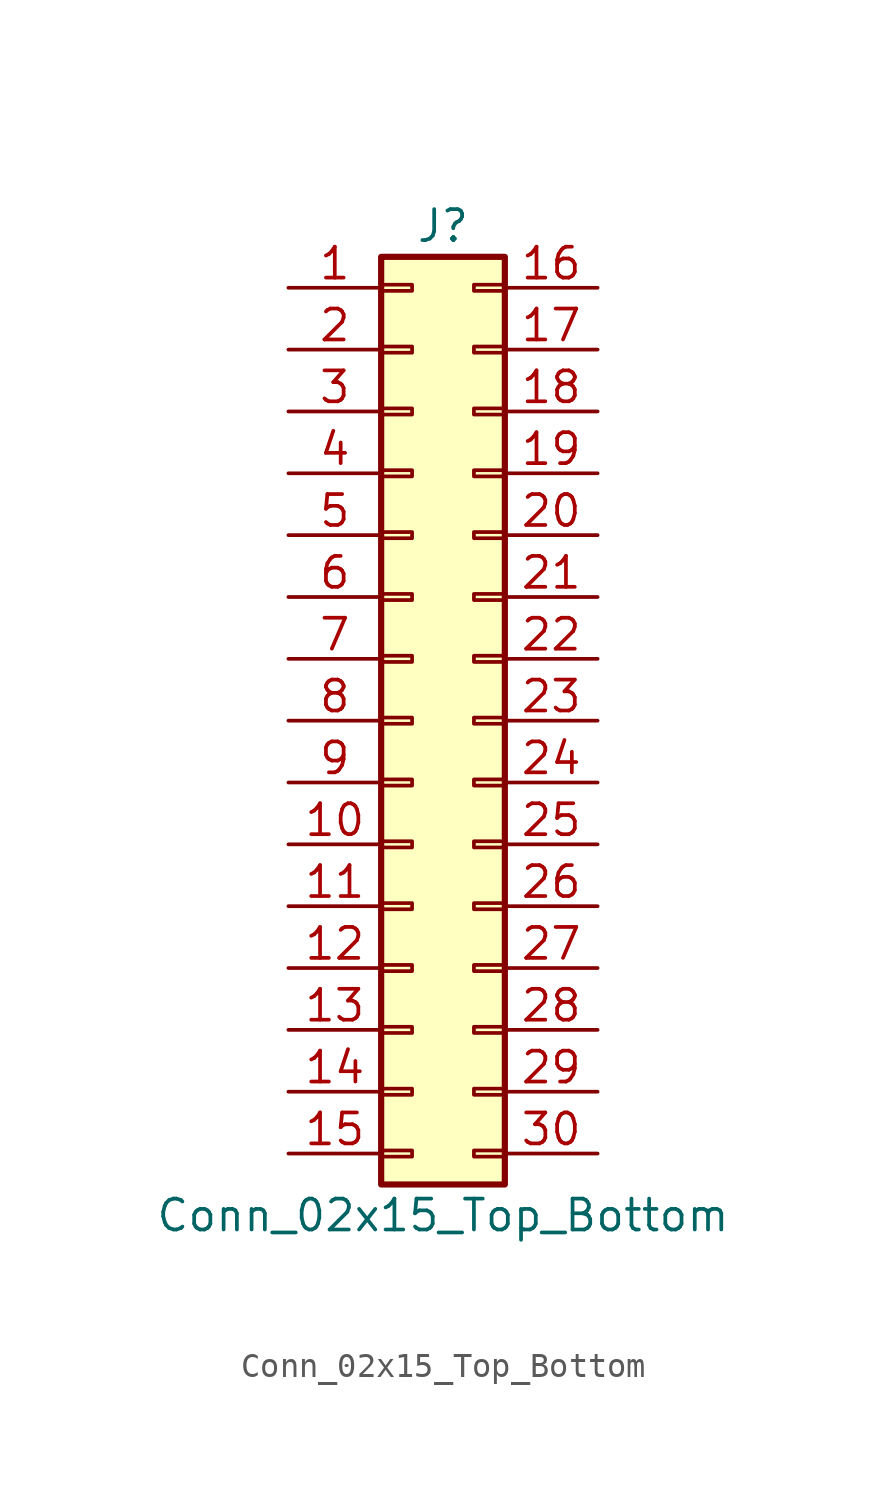
<source format=kicad_sym>
(kicad_symbol_lib
  (version 20220914)
  (generator kicad_symbol_editor)
  (symbol "Conn_02x15_Top_Bottom"
    (pin_names
      (offset 1.016) hide)
    (property "Reference" "J"
      (at 1.27 20.32 0)
      (effects (font (size 1.27 1.27))))
    (property "Value" "Conn_02x15_Top_Bottom"
      (at 1.27 -20.32 0)
      (effects (font (size 1.27 1.27))))
    (symbol "Conn_02x15_Top_Bottom_1_1"
      (rectangle (start -1.27 -17.653) (end 0 -17.907) (stroke (width 0.152) (type solid)) (fill (type none)))
      (rectangle (start -1.27 -15.113) (end 0 -15.367) (stroke (width 0.152) (type solid)) (fill (type none)))
      (rectangle (start -1.27 -12.573) (end 0 -12.827) (stroke (width 0.152) (type solid)) (fill (type none)))
      (rectangle (start -1.27 -10.033) (end 0 -10.287) (stroke (width 0.152) (type solid)) (fill (type none)))
      (rectangle (start -1.27 -7.493) (end 0 -7.747) (stroke (width 0.152) (type solid)) (fill (type none)))
      (rectangle (start -1.27 -4.953) (end 0 -5.207) (stroke (width 0.152) (type solid)) (fill (type none)))
      (rectangle (start -1.27 -2.413) (end 0 -2.667) (stroke (width 0.152) (type solid)) (fill (type none)))
      (rectangle (start -1.27 0.127) (end 0 -0.127) (stroke (width 0.152) (type solid)) (fill (type none)))
      (rectangle (start -1.27 2.667) (end 0 2.413) (stroke (width 0.152) (type solid)) (fill (type none)))
      (rectangle (start -1.27 5.207) (end 0 4.953) (stroke (width 0.152) (type solid)) (fill (type none)))
      (rectangle (start -1.27 7.747) (end 0 7.493) (stroke (width 0.152) (type solid)) (fill (type none)))
      (rectangle (start -1.27 10.287) (end 0 10.033) (stroke (width 0.152) (type solid)) (fill (type none)))
      (rectangle (start -1.27 12.827) (end 0 12.573) (stroke (width 0.152) (type solid)) (fill (type none)))
      (rectangle (start -1.27 15.367) (end 0 15.113) (stroke (width 0.152) (type solid)) (fill (type none)))
      (rectangle (start -1.27 17.907) (end 0 17.653) (stroke (width 0.152) (type solid)) (fill (type none)))
      (rectangle (start -1.27 19.05) (end 3.81 -19.05) (stroke (width 0.254) (type solid)) (fill (type background)))
      (rectangle (start 3.81 -17.653) (end 2.54 -17.907) (stroke (width 0.152) (type solid)) (fill (type none)))
      (rectangle (start 3.81 -15.113) (end 2.54 -15.367) (stroke (width 0.152) (type solid)) (fill (type none)))
      (rectangle (start 3.81 -12.573) (end 2.54 -12.827) (stroke (width 0.152) (type solid)) (fill (type none)))
      (rectangle (start 3.81 -10.033) (end 2.54 -10.287) (stroke (width 0.152) (type solid)) (fill (type none)))
      (rectangle (start 3.81 -7.493) (end 2.54 -7.747) (stroke (width 0.152) (type solid)) (fill (type none)))
      (rectangle (start 3.81 -4.953) (end 2.54 -5.207) (stroke (width 0.152) (type solid)) (fill (type none)))
      (rectangle (start 3.81 -2.413) (end 2.54 -2.667) (stroke (width 0.152) (type solid)) (fill (type none)))
      (rectangle (start 3.81 0.127) (end 2.54 -0.127) (stroke (width 0.152) (type solid)) (fill (type none)))
      (rectangle (start 3.81 2.667) (end 2.54 2.413) (stroke (width 0.152) (type solid)) (fill (type none)))
      (rectangle (start 3.81 5.207) (end 2.54 4.953) (stroke (width 0.152) (type solid)) (fill (type none)))
      (rectangle (start 3.81 7.747) (end 2.54 7.493) (stroke (width 0.152) (type solid)) (fill (type none)))
      (rectangle (start 3.81 10.287) (end 2.54 10.033) (stroke (width 0.152) (type solid)) (fill (type none)))
      (rectangle (start 3.81 12.827) (end 2.54 12.573) (stroke (width 0.152) (type solid)) (fill (type none)))
      (rectangle (start 3.81 15.367) (end 2.54 15.113) (stroke (width 0.152) (type solid)) (fill (type none)))
      (rectangle (start 3.81 17.907) (end 2.54 17.653) (stroke (width 0.152) (type solid)) (fill (type none)))
      (pin passive line (at -5.08 17.78 0) (length 3.81) (name "Pin_1" (effects (font (size 1.27 1.27)))) (number "1" (effects (font (size 1.27 1.27)))))
      (pin passive line (at -5.08 -5.08 0) (length 3.81) (name "Pin_10" (effects (font (size 1.27 1.27)))) (number "10" (effects (font (size 1.27 1.27)))))
      (pin passive line (at -5.08 -7.62 0) (length 3.81) (name "Pin_11" (effects (font (size 1.27 1.27)))) (number "11" (effects (font (size 1.27 1.27)))))
      (pin passive line (at -5.08 -10.16 0) (length 3.81) (name "Pin_12" (effects (font (size 1.27 1.27)))) (number "12" (effects (font (size 1.27 1.27)))))
      (pin passive line (at -5.08 -12.7 0) (length 3.81) (name "Pin_13" (effects (font (size 1.27 1.27)))) (number "13" (effects (font (size 1.27 1.27)))))
      (pin passive line (at -5.08 -15.24 0) (length 3.81) (name "Pin_14" (effects (font (size 1.27 1.27)))) (number "14" (effects (font (size 1.27 1.27)))))
      (pin passive line (at -5.08 -17.78 0) (length 3.81) (name "Pin_15" (effects (font (size 1.27 1.27)))) (number "15" (effects (font (size 1.27 1.27)))))
      (pin passive line (at 7.62 17.78 180) (length 3.81) (name "Pin_16" (effects (font (size 1.27 1.27)))) (number "16" (effects (font (size 1.27 1.27)))))
      (pin passive line (at 7.62 15.24 180) (length 3.81) (name "Pin_17" (effects (font (size 1.27 1.27)))) (number "17" (effects (font (size 1.27 1.27)))))
      (pin passive line (at 7.62 12.7 180) (length 3.81) (name "Pin_18" (effects (font (size 1.27 1.27)))) (number "18" (effects (font (size 1.27 1.27)))))
      (pin passive line (at 7.62 10.16 180) (length 3.81) (name "Pin_19" (effects (font (size 1.27 1.27)))) (number "19" (effects (font (size 1.27 1.27)))))
      (pin passive line (at -5.08 15.24 0) (length 3.81) (name "Pin_2" (effects (font (size 1.27 1.27)))) (number "2" (effects (font (size 1.27 1.27)))))
      (pin passive line (at 7.62 7.62 180) (length 3.81) (name "Pin_20" (effects (font (size 1.27 1.27)))) (number "20" (effects (font (size 1.27 1.27)))))
      (pin passive line (at 7.62 5.08 180) (length 3.81) (name "Pin_21" (effects (font (size 1.27 1.27)))) (number "21" (effects (font (size 1.27 1.27)))))
      (pin passive line (at 7.62 2.54 180) (length 3.81) (name "Pin_22" (effects (font (size 1.27 1.27)))) (number "22" (effects (font (size 1.27 1.27)))))
      (pin passive line (at 7.62 0 180) (length 3.81) (name "Pin_23" (effects (font (size 1.27 1.27)))) (number "23" (effects (font (size 1.27 1.27)))))
      (pin passive line (at 7.62 -2.54 180) (length 3.81) (name "Pin_24" (effects (font (size 1.27 1.27)))) (number "24" (effects (font (size 1.27 1.27)))))
      (pin passive line (at 7.62 -5.08 180) (length 3.81) (name "Pin_25" (effects (font (size 1.27 1.27)))) (number "25" (effects (font (size 1.27 1.27)))))
      (pin passive line (at 7.62 -7.62 180) (length 3.81) (name "Pin_26" (effects (font (size 1.27 1.27)))) (number "26" (effects (font (size 1.27 1.27)))))
      (pin passive line (at 7.62 -10.16 180) (length 3.81) (name "Pin_27" (effects (font (size 1.27 1.27)))) (number "27" (effects (font (size 1.27 1.27)))))
      (pin passive line (at 7.62 -12.7 180) (length 3.81) (name "Pin_28" (effects (font (size 1.27 1.27)))) (number "28" (effects (font (size 1.27 1.27)))))
      (pin passive line (at 7.62 -15.24 180) (length 3.81) (name "Pin_29" (effects (font (size 1.27 1.27)))) (number "29" (effects (font (size 1.27 1.27)))))
      (pin passive line (at -5.08 12.7 0) (length 3.81) (name "Pin_3" (effects (font (size 1.27 1.27)))) (number "3" (effects (font (size 1.27 1.27)))))
      (pin passive line (at 7.62 -17.78 180) (length 3.81) (name "Pin_30" (effects (font (size 1.27 1.27)))) (number "30" (effects (font (size 1.27 1.27)))))
      (pin passive line (at -5.08 10.16 0) (length 3.81) (name "Pin_4" (effects (font (size 1.27 1.27)))) (number "4" (effects (font (size 1.27 1.27)))))
      (pin passive line (at -5.08 7.62 0) (length 3.81) (name "Pin_5" (effects (font (size 1.27 1.27)))) (number "5" (effects (font (size 1.27 1.27)))))
      (pin passive line (at -5.08 5.08 0) (length 3.81) (name "Pin_6" (effects (font (size 1.27 1.27)))) (number "6" (effects (font (size 1.27 1.27)))))
      (pin passive line (at -5.08 2.54 0) (length 3.81) (name "Pin_7" (effects (font (size 1.27 1.27)))) (number "7" (effects (font (size 1.27 1.27)))))
      (pin passive line (at -5.08 0 0) (length 3.81) (name "Pin_8" (effects (font (size 1.27 1.27)))) (number "8" (effects (font (size 1.27 1.27)))))
      (pin passive line (at -5.08 -2.54 0) (length 3.81) (name "Pin_9" (effects (font (size 1.27 1.27)))) (number "9" (effects (font (size 1.27 1.27))))))))
</source>
